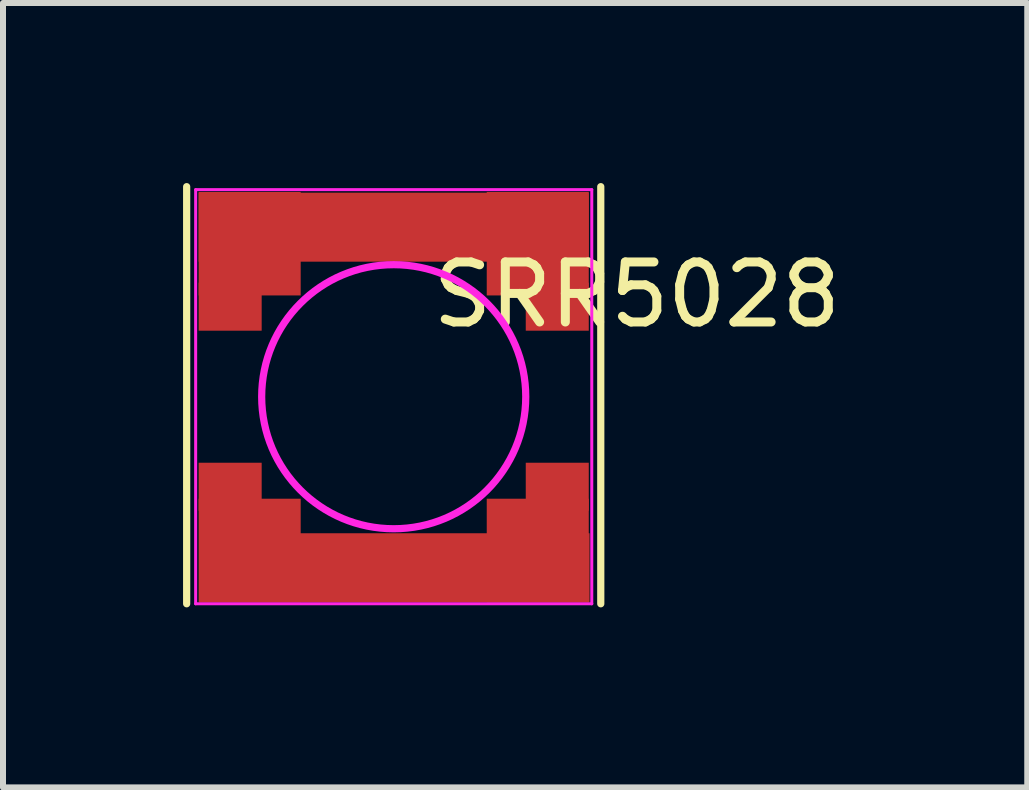
<source format=kicad_pcb>
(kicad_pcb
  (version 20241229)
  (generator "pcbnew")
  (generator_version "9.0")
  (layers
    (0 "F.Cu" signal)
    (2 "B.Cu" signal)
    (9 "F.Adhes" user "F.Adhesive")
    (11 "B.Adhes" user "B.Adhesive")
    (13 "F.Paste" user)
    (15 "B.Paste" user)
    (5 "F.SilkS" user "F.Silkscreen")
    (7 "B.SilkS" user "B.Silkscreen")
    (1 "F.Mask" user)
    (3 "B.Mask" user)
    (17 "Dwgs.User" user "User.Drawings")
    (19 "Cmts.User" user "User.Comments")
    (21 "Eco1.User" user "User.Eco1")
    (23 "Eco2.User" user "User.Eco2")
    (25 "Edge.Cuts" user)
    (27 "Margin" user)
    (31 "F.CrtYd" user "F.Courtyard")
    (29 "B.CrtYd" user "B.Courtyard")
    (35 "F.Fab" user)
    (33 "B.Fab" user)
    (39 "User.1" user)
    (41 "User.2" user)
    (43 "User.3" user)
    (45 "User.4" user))
  (footprint "SRR5028"
    (layer "F.Cu")
    (at 3.51 3.56)
    (property "Reference" "SRR5028" (at 4.05 -1.7 0) (layer "F.SilkS") (effects (font (size 1 1) (thickness 0.15))))
    (attr smd)
    (fp_line (start -3.45 -3.5) (end -3.45 3.45) (stroke (width 0.12) (type solid)) (layer "F.SilkS"))
    (fp_line (start 3.45 -3.5) (end 3.45 3.45) (stroke (width 0.12) (type solid)) (layer "F.SilkS"))
    (fp_line (start -3.3 -3.45) (end -3.3 3.45) (stroke (width 0.05) (type solid)) (layer "F.CrtYd"))
    (fp_line (start 3.3 -3.45) (end -3.3 -3.45) (stroke (width 0.05) (type solid)) (layer "F.CrtYd"))
    (fp_line (start 3.3 3.45) (end -3.3 3.45) (stroke (width 0.05) (type solid)) (layer "F.CrtYd"))
    (fp_line (start 3.3 3.45) (end 3.3 -3.45) (stroke (width 0.05) (type solid)) (layer "F.CrtYd"))
    (fp_circle (center 0 0) (end 2.2 0) (stroke (width 0.12) (type solid)) (fill no) (layer "F.CrtYd"))
    (pad "1" smd rect (at -2.725 -1.5) (size 1.05 0.8) (layers "F.Cu" "F.Mask" "F.Paste"))
    (pad "1" smd rect (at -2.4 -2.55) (size 1.7 1.725) (layers "F.Cu" "F.Mask" "F.Paste"))
    (pad "1" smd rect (at 0 -2.825) (size 6.5 1.15) (layers "F.Cu" "F.Mask" "F.Paste"))
    (pad "1" smd rect (at 2.4 -2.55) (size 1.7 1.725) (layers "F.Cu" "F.Mask" "F.Paste"))
    (pad "1" smd rect (at 2.725 -1.5) (size 1.05 0.8) (layers "F.Cu" "F.Mask" "F.Paste"))
    (pad "2" smd rect (at -2.725 1.5) (size 1.05 0.8) (layers "F.Cu" "F.Mask" "F.Paste"))
    (pad "2" smd rect (at -2.4 2.562) (size 1.7 1.725) (layers "F.Cu" "F.Mask" "F.Paste"))
    (pad "2" smd rect (at 0.013 2.85) (size 6.5 1.15) (layers "F.Cu" "F.Mask" "F.Paste"))
    (pad "2" smd rect (at 2.4 2.562) (size 1.7 1.725) (layers "F.Cu" "F.Mask" "F.Paste"))
    (pad "2" smd rect (at 2.725 1.5) (size 1.05 0.8) (layers "F.Cu" "F.Mask" "F.Paste"))
    (zone (net_name "") (layers "F.Cu" "F.Fab") (hatch edge 0.508) (connect_pads) (min_thickness 0.254) (filled_areas_thickness no) (keepout (tracks not_allowed) (vias not_allowed) (pads not_allowed) (copperpour allowed) (footprints allowed)) (placement (enabled no)) (fill) (polygon (pts (xy 3.51 3.56) (xy 1.31 3.56) (xy 1.36 3.01) (xy 1.56 2.51) (xy 1.96 2.01) (xy 2.36 1.66) (xy 2.86 1.46) (xy 3.51 1.36))))
    (zone (net_name "") (layers "F.Cu" "F.Fab") (hatch edge 0.508) (connect_pads) (min_thickness 0.254) (filled_areas_thickness no) (keepout (tracks not_allowed) (vias not_allowed) (pads not_allowed) (copperpour allowed) (footprints allowed)) (placement (enabled no)) (fill) (polygon (pts (xy 3.51 3.56) (xy 3.51 1.36) (xy 4.06 1.41) (xy 4.56 1.61) (xy 5.06 2.01) (xy 5.41 2.41) (xy 5.61 2.91) (xy 5.71 3.56))))
    (zone (net_name "") (layers "F.Cu" "F.Fab") (hatch edge 0.508) (connect_pads) (min_thickness 0.254) (filled_areas_thickness no) (keepout (tracks not_allowed) (vias not_allowed) (pads not_allowed) (copperpour allowed) (footprints allowed)) (placement (enabled no)) (fill) (polygon (pts (xy 3.51 3.56) (xy 3.51 5.76) (xy 2.96 5.71) (xy 2.46 5.51) (xy 1.96 5.11) (xy 1.61 4.71) (xy 1.41 4.21) (xy 1.31 3.56))))
    (zone (net_name "") (layers "F.Cu" "F.Fab") (hatch edge 0.508) (connect_pads) (min_thickness 0.254) (filled_areas_thickness no) (keepout (tracks not_allowed) (vias not_allowed) (pads not_allowed) (copperpour allowed) (footprints allowed)) (placement (enabled no)) (fill) (polygon (pts (xy 3.51 3.56) (xy 5.71 3.56) (xy 5.66 4.11) (xy 5.46 4.61) (xy 5.06 5.11) (xy 4.66 5.46) (xy 4.16 5.66) (xy 3.51 5.76)))))
  (gr_rect
    (start -3 -3)
    (end 14.066 10.07)
    (stroke (width 0.1) (type default))
    (fill no)
    (layer "Edge.Cuts")))
</source>
